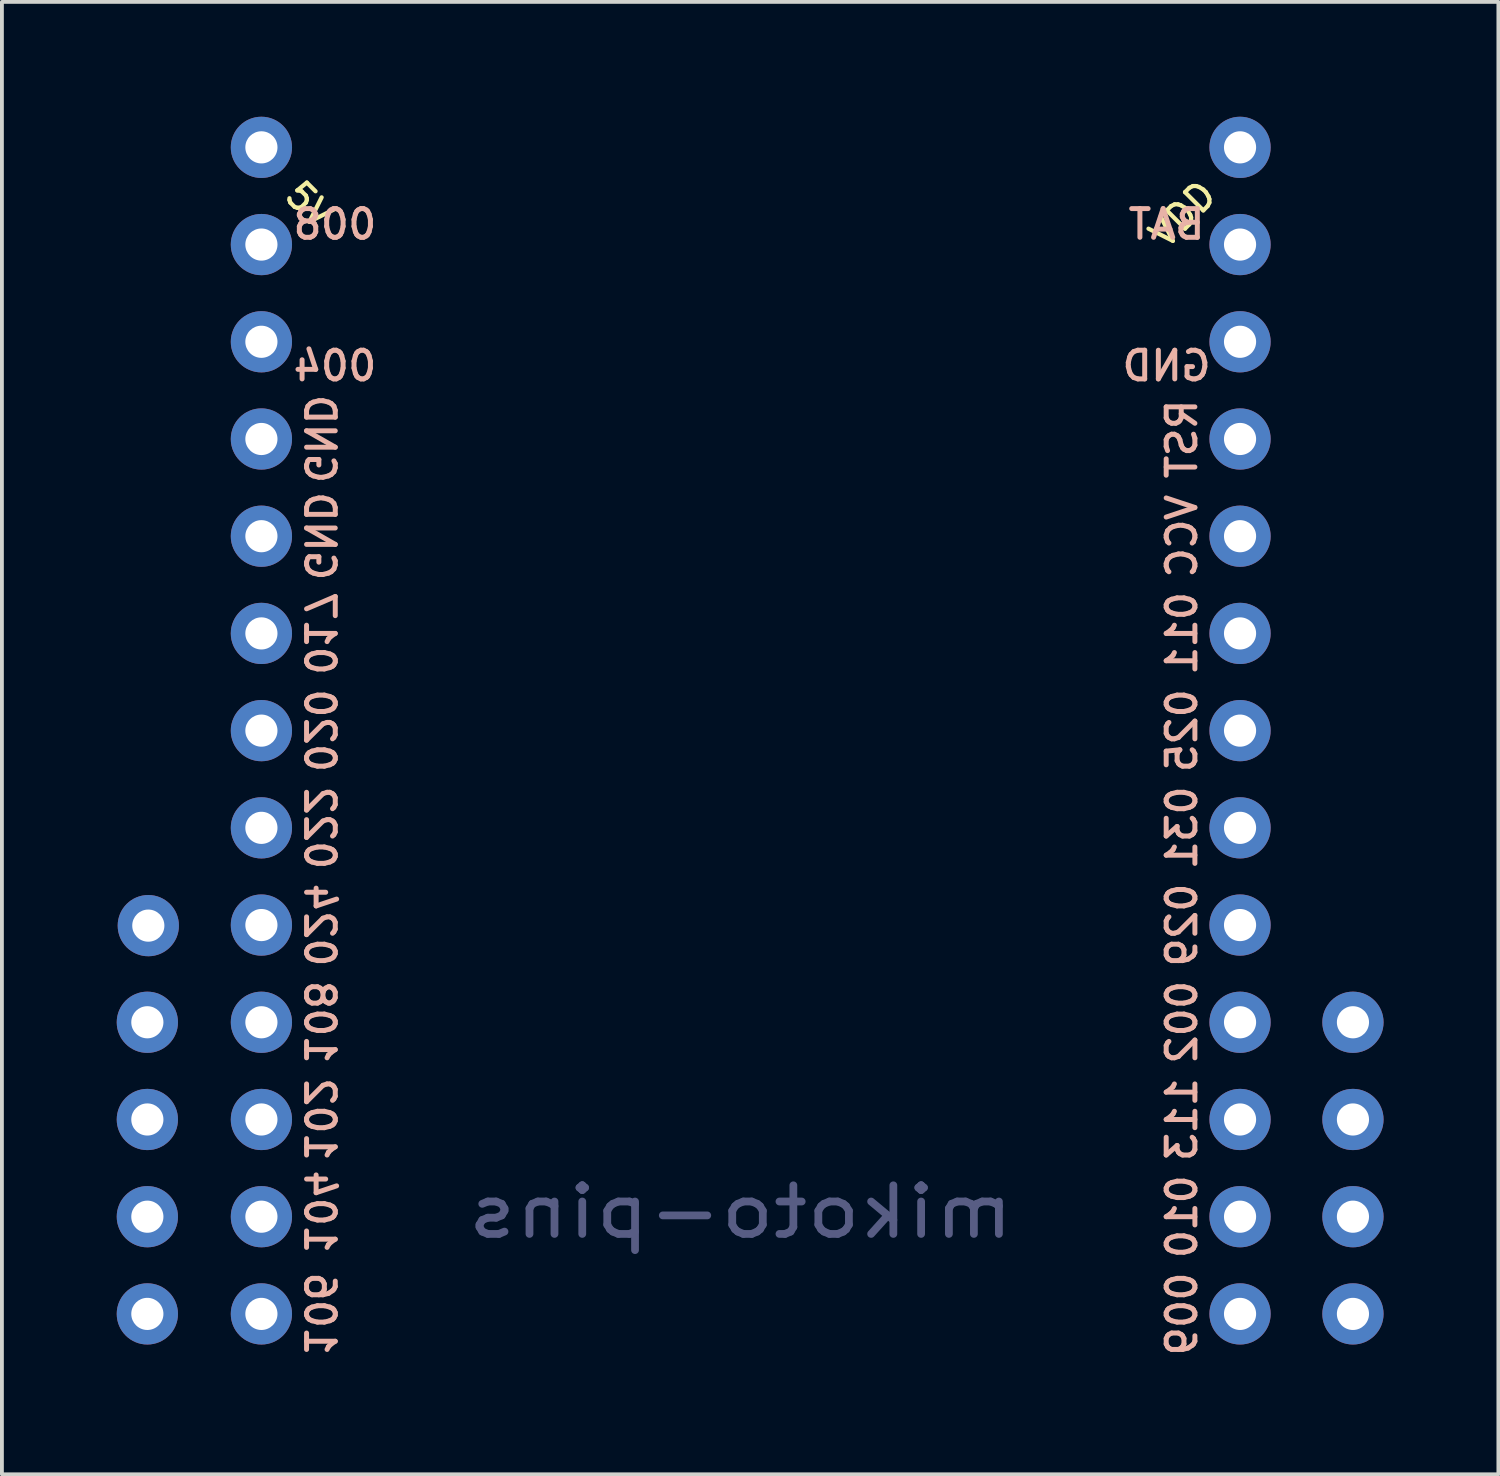
<source format=kicad_pcb>
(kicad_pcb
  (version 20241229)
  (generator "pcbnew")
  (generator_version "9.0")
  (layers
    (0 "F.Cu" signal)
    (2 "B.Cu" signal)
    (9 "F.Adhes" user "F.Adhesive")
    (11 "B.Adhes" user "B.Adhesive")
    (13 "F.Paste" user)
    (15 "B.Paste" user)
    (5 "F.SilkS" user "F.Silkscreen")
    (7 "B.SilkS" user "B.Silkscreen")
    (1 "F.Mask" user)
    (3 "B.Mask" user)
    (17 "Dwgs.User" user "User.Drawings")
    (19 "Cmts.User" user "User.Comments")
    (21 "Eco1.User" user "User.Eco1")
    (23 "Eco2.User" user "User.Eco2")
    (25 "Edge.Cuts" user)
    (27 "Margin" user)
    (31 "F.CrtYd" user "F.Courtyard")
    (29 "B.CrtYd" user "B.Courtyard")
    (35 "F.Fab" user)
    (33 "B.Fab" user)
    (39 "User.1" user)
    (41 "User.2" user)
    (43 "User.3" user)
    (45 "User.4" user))
  (footprint "mikoto-pins"
    (layer "F.Cu")
    (at 16.3 17.31)
    (property "Reference" "mikoto-pins" (at 0 11.303 0) (layer "B.Fab") (effects (font (size 1.27 1.524) (thickness 0.203)) (justify mirror)))
    (attr through_hole)
    (fp_text user "5V" (at -11.758 -15.494 315) (unlocked yes) (layer "F.SilkS") (effects (font (size 0.675 0.675) (thickness 0.11)) (justify left)))
    (fp_text user "VDD" (at 12.288 -15.494 45) (unlocked yes) (layer "F.SilkS") (effects (font (size 0.675 0.675) (thickness 0.11)) (justify right)))
    (fp_text user "010" (at 11.53 11.43 90) (unlocked yes) (layer "B.SilkS") (effects (font (size 0.75 0.75) (thickness 0.13)) (justify mirror)))
    (fp_text user "017" (at -11 -3.81 270) (unlocked yes) (layer "B.SilkS") (effects (font (size 0.75 0.75) (thickness 0.13)) (justify mirror)))
    (fp_text user "002" (at 11.53 6.35 90) (unlocked yes) (layer "B.SilkS") (effects (font (size 0.75 0.75) (thickness 0.13)) (justify mirror)))
    (fp_text user "025" (at 11.53 -1.27 90) (unlocked yes) (layer "B.SilkS") (effects (font (size 0.75 0.75) (thickness 0.13)) (justify mirror)))
    (fp_text user "029" (at 11.53 3.81 90) (unlocked yes) (layer "B.SilkS") (effects (font (size 0.75 0.75) (thickness 0.13)) (justify mirror)))
    (fp_text user "011" (at 11.53 -3.81 90) (unlocked yes) (layer "B.SilkS") (effects (font (size 0.75 0.75) (thickness 0.13)) (justify mirror)))
    (fp_text user "031" (at 11.53 1.27 90) (unlocked yes) (layer "B.SilkS") (effects (font (size 0.75 0.75) (thickness 0.13)) (justify mirror)))
    (fp_text user "024" (at -11 3.81 270) (unlocked yes) (layer "B.SilkS") (effects (font (size 0.75 0.75) (thickness 0.13)) (justify mirror)))
    (fp_text user "108" (at -11 6.35 270) (unlocked yes) (layer "B.SilkS") (effects (font (size 0.75 0.75) (thickness 0.13)) (justify mirror)))
    (fp_text user "004" (at -10.6 -10.8 0) (unlocked yes) (layer "B.SilkS") (effects (font (size 0.75 0.75) (thickness 0.13)) (justify mirror)))
    (fp_text user "GND" (at 11.13 -10.8 0) (unlocked yes) (layer "B.SilkS") (effects (font (size 0.75 0.75) (thickness 0.13)) (justify mirror)))
    (fp_text user "102" (at -11 8.89 270) (unlocked yes) (layer "B.SilkS") (effects (font (size 0.75 0.75) (thickness 0.13)) (justify mirror)))
    (fp_text user "104" (at -11 11.303 270) (unlocked yes) (layer "B.SilkS") (effects (font (size 0.75 0.75) (thickness 0.13)) (justify mirror)))
    (fp_text user "GND" (at -11 -8.89 270) (unlocked yes) (layer "B.SilkS") (effects (font (size 0.75 0.75) (thickness 0.13)) (justify mirror)))
    (fp_text user "009" (at 11.53 13.97 90) (unlocked yes) (layer "B.SilkS") (effects (font (size 0.75 0.75) (thickness 0.13)) (justify mirror)))
    (fp_text user "020" (at -11 -1.27 270) (unlocked yes) (layer "B.SilkS") (effects (font (size 0.75 0.75) (thickness 0.13)) (justify mirror)))
    (fp_text user "106" (at -11 13.97 270) (unlocked yes) (layer "B.SilkS") (effects (font (size 0.75 0.75) (thickness 0.13)) (justify mirror)))
    (fp_text user "VCC" (at 11.53 -6.35 90) (unlocked yes) (layer "B.SilkS") (effects (font (size 0.75 0.75) (thickness 0.13)) (justify mirror)))
    (fp_text user "113" (at 11.53 8.89 90) (unlocked yes) (layer "B.SilkS") (effects (font (size 0.75 0.75) (thickness 0.13)) (justify mirror)))
    (fp_text user "GND" (at -11 -6.35 270) (unlocked yes) (layer "B.SilkS") (effects (font (size 0.75 0.75) (thickness 0.13)) (justify mirror)))
    (fp_text user "BAT" (at 11.13 -14.5 0) (unlocked yes) (layer "B.SilkS") (effects (font (size 0.75 0.75) (thickness 0.13)) (justify mirror)))
    (fp_text user "022" (at -11 1.27 270) (unlocked yes) (layer "B.SilkS") (effects (font (size 0.75 0.75) (thickness 0.13)) (justify mirror)))
    (fp_text user "008" (at -10.6 -14.5 0) (unlocked yes) (layer "B.SilkS") (effects (font (size 0.75 0.75) (thickness 0.13)) (justify mirror)))
    (fp_text user "RST" (at 11.53 -8.89 90) (unlocked yes) (layer "B.SilkS") (effects (font (size 0.75 0.75) (thickness 0.13)) (justify mirror)))
    (pad "1" thru_hole circle (at -12.52 -16.51) (size 1.6 1.6) (drill 0.84) (layers "*.Cu" "*.Mask"))
    (pad "2" thru_hole circle (at -12.52 -13.97) (size 1.6 1.6) (drill 0.84) (layers "*.Cu" "*.Mask"))
    (pad "3" thru_hole circle (at -12.52 -11.43) (size 1.6 1.6) (drill 0.84) (layers "*.Cu" "*.Mask"))
    (pad "4" thru_hole circle (at -12.52 -8.89) (size 1.6 1.6) (drill 0.84) (layers "*.Cu" "*.Mask"))
    (pad "5" thru_hole circle (at -12.52 -6.35) (size 1.6 1.6) (drill 0.84) (layers "*.Cu" "*.Mask"))
    (pad "6" thru_hole circle (at -12.52 -3.81) (size 1.6 1.6) (drill 0.84) (layers "*.Cu" "*.Mask"))
    (pad "7" thru_hole circle (at -12.52 -1.27) (size 1.6 1.6) (drill 0.84) (layers "*.Cu" "*.Mask"))
    (pad "8" thru_hole circle (at -12.52 1.27) (size 1.6 1.6) (drill 0.84) (layers "*.Cu" "*.Mask"))
    (pad "9" thru_hole circle (at -12.52 3.81) (size 1.6 1.6) (drill 0.84) (layers "*.Cu" "*.Mask"))
    (pad "10" thru_hole circle (at -12.52 6.35) (size 1.6 1.6) (drill 0.84) (layers "*.Cu" "*.Mask"))
    (pad "11" thru_hole circle (at -12.52 8.89) (size 1.6 1.6) (drill 0.84) (layers "*.Cu" "*.Mask"))
    (pad "12" thru_hole circle (at -12.52 11.43) (size 1.6 1.6) (drill 0.84) (layers "*.Cu" "*.Mask"))
    (pad "13" thru_hole circle (at -12.52 13.97) (size 1.6 1.6) (drill 0.84) (layers "*.Cu" "*.Mask"))
    (pad "14" thru_hole circle (at -15.5 13.97) (size 1.6 1.6) (drill 0.84) (layers "*.Cu" "*.Mask"))
    (pad "15" thru_hole circle (at -15.5 11.43) (size 1.6 1.6) (drill 0.84) (layers "*.Cu" "*.Mask"))
    (pad "16" thru_hole circle (at -15.5 8.89) (size 1.6 1.6) (drill 0.84) (layers "*.Cu" "*.Mask"))
    (pad "17" thru_hole circle (at -15.5 6.35) (size 1.6 1.6) (drill 0.84) (layers "*.Cu" "*.Mask"))
    (pad "18" thru_hole circle (at 16 13.97) (size 1.6 1.6) (drill 0.84) (layers "*.Cu" "*.Mask"))
    (pad "19" thru_hole circle (at 16 11.43) (size 1.6 1.6) (drill 0.84) (layers "*.Cu" "*.Mask"))
    (pad "20" thru_hole circle (at 16 8.89) (size 1.6 1.6) (drill 0.84) (layers "*.Cu" "*.Mask"))
    (pad "21" thru_hole circle (at 16 6.35) (size 1.6 1.6) (drill 0.84) (layers "*.Cu" "*.Mask"))
    (pad "22" thru_hole circle (at 13.05 13.97) (size 1.6 1.6) (drill 0.84) (layers "*.Cu" "*.Mask"))
    (pad "23" thru_hole circle (at 13.05 11.43) (size 1.6 1.6) (drill 0.84) (layers "*.Cu" "*.Mask"))
    (pad "24" thru_hole circle (at 13.05 8.89) (size 1.6 1.6) (drill 0.84) (layers "*.Cu" "*.Mask"))
    (pad "25" thru_hole circle (at 13.05 6.35) (size 1.6 1.6) (drill 0.84) (layers "*.Cu" "*.Mask"))
    (pad "26" thru_hole circle (at 13.05 3.81) (size 1.6 1.6) (drill 0.84) (layers "*.Cu" "*.Mask"))
    (pad "27" thru_hole circle (at 13.05 1.27) (size 1.6 1.6) (drill 0.84) (layers "*.Cu" "*.Mask"))
    (pad "28" thru_hole circle (at 13.05 -1.27) (size 1.6 1.6) (drill 0.84) (layers "*.Cu" "*.Mask"))
    (pad "29" thru_hole circle (at 13.05 -3.81) (size 1.6 1.6) (drill 0.84) (layers "*.Cu" "*.Mask"))
    (pad "30" thru_hole circle (at 13.05 -6.35) (size 1.6 1.6) (drill 0.84) (layers "*.Cu" "*.Mask"))
    (pad "31" thru_hole circle (at 13.05 -8.89) (size 1.6 1.6) (drill 0.84) (layers "*.Cu" "*.Mask"))
    (pad "32" thru_hole circle (at 13.05 -11.43) (size 1.6 1.6) (drill 0.84) (layers "*.Cu" "*.Mask"))
    (pad "33" thru_hole circle (at 13.05 -13.97) (size 1.6 1.6) (drill 0.84) (layers "*.Cu" "*.Mask"))
    (pad "34" thru_hole circle (at 13.05 -16.51) (size 1.6 1.6) (drill 0.84) (layers "*.Cu" "*.Mask"))
    (pad "35" thru_hole circle (at -15.475 3.825) (size 1.6 1.6) (drill 0.84) (layers "*.Cu" "*.Mask")))
  (gr_rect
    (start -3 -3)
    (end 36.1 35.471)
    (stroke (width 0.1) (type default))
    (fill no)
    (layer "Edge.Cuts")))
</source>
